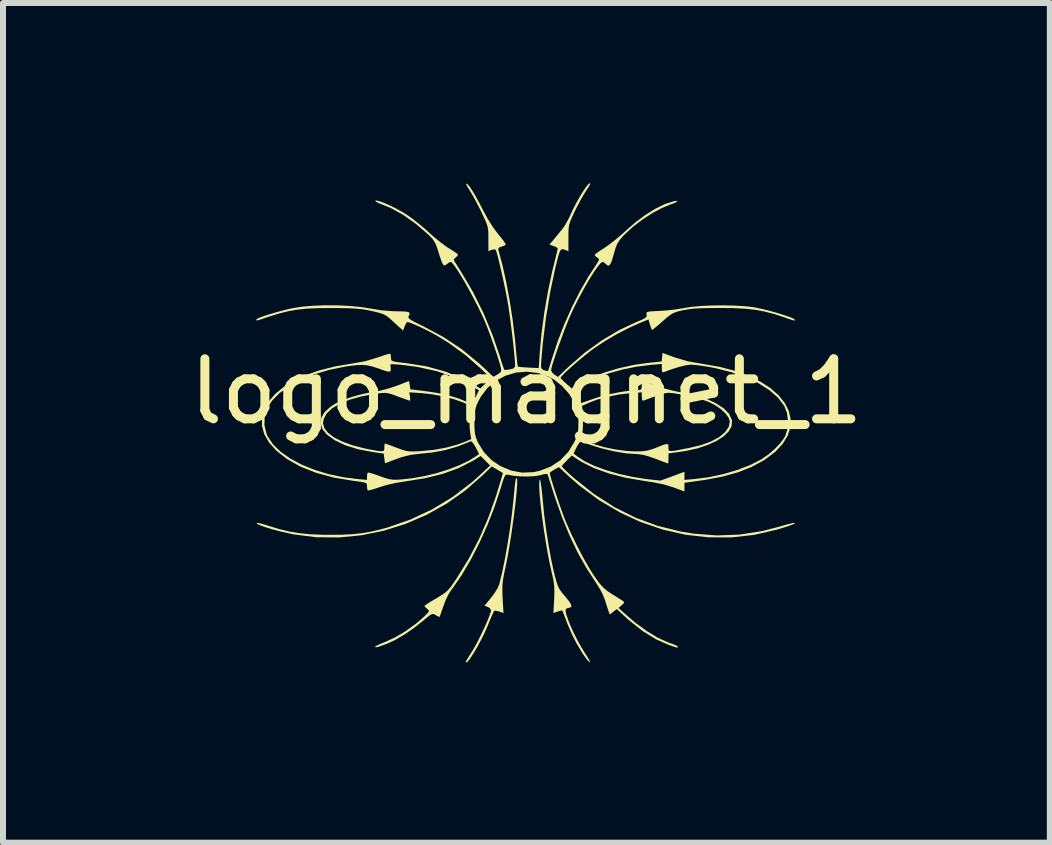
<source format=kicad_pcb>
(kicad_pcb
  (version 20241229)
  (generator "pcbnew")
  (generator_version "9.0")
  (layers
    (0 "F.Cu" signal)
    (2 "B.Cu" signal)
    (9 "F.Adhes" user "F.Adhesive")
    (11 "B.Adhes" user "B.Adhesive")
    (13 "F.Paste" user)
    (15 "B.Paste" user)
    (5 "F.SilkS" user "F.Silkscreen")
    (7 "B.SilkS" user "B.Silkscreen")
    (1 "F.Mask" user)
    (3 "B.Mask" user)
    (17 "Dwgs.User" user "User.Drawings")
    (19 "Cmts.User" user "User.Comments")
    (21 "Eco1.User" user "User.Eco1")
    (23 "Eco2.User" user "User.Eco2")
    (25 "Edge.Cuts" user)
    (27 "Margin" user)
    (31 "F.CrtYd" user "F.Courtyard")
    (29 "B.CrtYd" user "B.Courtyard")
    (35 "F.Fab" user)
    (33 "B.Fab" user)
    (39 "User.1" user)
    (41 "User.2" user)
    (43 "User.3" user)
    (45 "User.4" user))
  (footprint "logo_magnet_1"
    (layer "F.Cu")
    (at 5.72 3.973)
    (property "Reference" "logo_magnet_1" (at 0 -0.5 0) (unlocked yes) (layer "F.SilkS") (effects (font (size 1 1) (thickness 0.15))))
    (attr board_only exclude_from_pos_files exclude_from_bom)
    (fp_poly (pts (xy -0.158 0.945) (xy -0.153 0.976) (xy -0.154 1.045) (xy -0.161 1.145) (xy -0.173 1.271) (xy -0.189 1.416) (xy -0.209 1.575) (xy -0.232 1.741) (xy -0.256 1.908) (xy -0.282 2.071) (xy -0.308 2.222) (xy -0.334 2.357) (xy -0.345 2.408) (xy -0.372 2.537) (xy -0.39 2.637) (xy -0.399 2.723) (xy -0.401 2.807) (xy -0.398 2.905) (xy -0.396 2.948) (xy -0.382 3.19) (xy -0.453 3.165) (xy -0.505 3.152) (xy -0.535 3.151) (xy -0.536 3.152) (xy -0.549 3.177) (xy -0.575 3.233) (xy -0.609 3.314) (xy -0.645 3.401) (xy -0.69 3.505) (xy -0.742 3.612) (xy -0.798 3.717) (xy -0.853 3.814) (xy -0.905 3.899) (xy -0.95 3.964) (xy -0.985 4.005) (xy -1.006 4.016) (xy -1.011 4.002) (xy -1 3.98) (xy -0.97 3.93) (xy -0.926 3.861) (xy -0.906 3.83) (xy -0.861 3.754) (xy -0.809 3.658) (xy -0.755 3.549) (xy -0.702 3.438) (xy -0.655 3.332) (xy -0.618 3.241) (xy -0.595 3.174) (xy -0.589 3.144) (xy -0.608 3.111) (xy -0.644 3.089) (xy -0.699 3.068) (xy -0.588 2.934) (xy -0.53 2.857) (xy -0.482 2.778) (xy -0.454 2.715) (xy -0.453 2.712) (xy -0.406 2.519) (xy -0.359 2.294) (xy -0.315 2.045) (xy -0.274 1.785) (xy -0.24 1.524) (xy -0.213 1.273) (xy -0.21 1.244) (xy -0.198 1.117) (xy -0.189 1.029) (xy -0.181 0.974) (xy -0.173 0.947) (xy -0.164 0.941)) (stroke (width 0) (type solid)) (fill yes) (layer "F.SilkS"))
    (fp_poly (pts (xy 0.231 0.98) (xy 0.241 1.033) (xy 0.253 1.119) (xy 0.265 1.233) (xy 0.276 1.35) (xy 0.297 1.564) (xy 0.328 1.798) (xy 0.366 2.038) (xy 0.407 2.269) (xy 0.451 2.477) (xy 0.47 2.555) (xy 0.498 2.661) (xy 0.523 2.736) (xy 0.553 2.796) (xy 0.594 2.853) (xy 0.648 2.916) (xy 0.715 3) (xy 0.748 3.057) (xy 0.748 3.09) (xy 0.716 3.101) (xy 0.715 3.101) (xy 0.673 3.113) (xy 0.66 3.12) (xy 0.652 3.15) (xy 0.664 3.211) (xy 0.693 3.297) (xy 0.734 3.401) (xy 0.786 3.516) (xy 0.846 3.635) (xy 0.91 3.751) (xy 0.975 3.858) (xy 0.993 3.885) (xy 1.032 3.948) (xy 1.055 3.993) (xy 1.057 4.013) (xy 1.056 4.013) (xy 1.034 3.995) (xy 0.996 3.949) (xy 0.949 3.883) (xy 0.936 3.863) (xy 0.839 3.703) (xy 0.76 3.549) (xy 0.687 3.378) (xy 0.666 3.323) (xy 0.636 3.245) (xy 0.612 3.184) (xy 0.598 3.151) (xy 0.597 3.148) (xy 0.574 3.149) (xy 0.527 3.163) (xy 0.52 3.165) (xy 0.449 3.19) (xy 0.462 2.962) (xy 0.466 2.84) (xy 0.463 2.741) (xy 0.45 2.645) (xy 0.425 2.53) (xy 0.421 2.515) (xy 0.386 2.356) (xy 0.351 2.175) (xy 0.318 1.98) (xy 0.287 1.78) (xy 0.26 1.584) (xy 0.238 1.399) (xy 0.222 1.236) (xy 0.214 1.102) (xy 0.213 1.044) (xy 0.216 0.982) (xy 0.222 0.962)) (stroke (width 0) (type solid)) (fill yes) (layer "F.SilkS"))
    (fp_poly (pts (xy 1.064 -3.971) (xy 1.059 -3.948) (xy 1.032 -3.901) (xy 0.997 -3.848) (xy 0.954 -3.781) (xy 0.901 -3.688) (xy 0.845 -3.582) (xy 0.809 -3.511) (xy 0.762 -3.411) (xy 0.731 -3.338) (xy 0.712 -3.278) (xy 0.703 -3.216) (xy 0.7 -3.139) (xy 0.7 -3.061) (xy 0.7 -2.839) (xy 0.641 -2.861) (xy 0.611 -2.871) (xy 0.587 -2.871) (xy 0.568 -2.854) (xy 0.55 -2.816) (xy 0.529 -2.75) (xy 0.504 -2.651) (xy 0.479 -2.548) (xy 0.395 -2.15) (xy 0.325 -1.725) (xy 0.271 -1.285) (xy 0.248 -1.018) (xy 0.243 -0.941) (xy 0.246 -0.897) (xy 0.26 -0.873) (xy 0.288 -0.858) (xy 0.294 -0.856) (xy 0.338 -0.843) (xy 0.359 -0.843) (xy 0.368 -0.866) (xy 0.387 -0.923) (xy 0.412 -1.004) (xy 0.433 -1.071) (xy 0.524 -1.346) (xy 0.635 -1.63) (xy 0.76 -1.91) (xy 0.894 -2.175) (xy 1.031 -2.412) (xy 1.089 -2.501) (xy 1.141 -2.581) (xy 1.182 -2.646) (xy 1.206 -2.689) (xy 1.211 -2.7) (xy 1.194 -2.722) (xy 1.163 -2.746) (xy 1.143 -2.761) (xy 1.14 -2.776) (xy 1.159 -2.798) (xy 1.205 -2.832) (xy 1.283 -2.882) (xy 1.291 -2.887) (xy 1.386 -2.954) (xy 1.495 -3.039) (xy 1.6 -3.128) (xy 1.644 -3.169) (xy 1.811 -3.315) (xy 1.983 -3.443) (xy 2.153 -3.549) (xy 2.313 -3.626) (xy 2.456 -3.671) (xy 2.503 -3.677) (xy 2.514 -3.67) (xy 2.492 -3.653) (xy 2.441 -3.63) (xy 2.4 -3.616) (xy 2.256 -3.557) (xy 2.096 -3.471) (xy 1.933 -3.365) (xy 1.777 -3.246) (xy 1.64 -3.121) (xy 1.608 -3.089) (xy 1.555 -3.027) (xy 1.517 -2.968) (xy 1.487 -2.896) (xy 1.458 -2.797) (xy 1.455 -2.786) (xy 1.425 -2.684) (xy 1.399 -2.622) (xy 1.372 -2.596) (xy 1.344 -2.605) (xy 1.322 -2.626) (xy 1.286 -2.654) (xy 1.267 -2.66) (xy 1.238 -2.641) (xy 1.193 -2.587) (xy 1.135 -2.506) (xy 1.068 -2.402) (xy 0.996 -2.28) (xy 0.922 -2.148) (xy 0.849 -2.011) (xy 0.781 -1.874) (xy 0.745 -1.795) (xy 0.704 -1.701) (xy 0.658 -1.586) (xy 0.609 -1.458) (xy 0.561 -1.325) (xy 0.514 -1.195) (xy 0.474 -1.075) (xy 0.441 -0.974) (xy 0.419 -0.898) (xy 0.411 -0.856) (xy 0.411 -0.855) (xy 0.428 -0.818) (xy 0.468 -0.781) (xy 0.525 -0.744) (xy 0.72 -0.929) (xy 0.977 -1.151) (xy 1.256 -1.352) (xy 1.546 -1.524) (xy 1.836 -1.66) (xy 1.84 -1.661) (xy 1.925 -1.697) (xy 1.976 -1.723) (xy 2 -1.745) (xy 2.004 -1.768) (xy 2.002 -1.782) (xy 1.998 -1.805) (xy 2.005 -1.82) (xy 2.03 -1.83) (xy 2.081 -1.836) (xy 2.166 -1.841) (xy 2.217 -1.843) (xy 2.341 -1.852) (xy 2.476 -1.867) (xy 2.597 -1.886) (xy 2.633 -1.893) (xy 2.759 -1.912) (xy 2.917 -1.926) (xy 3.095 -1.934) (xy 3.282 -1.936) (xy 3.467 -1.932) (xy 3.637 -1.922) (xy 3.78 -1.906) (xy 3.833 -1.896) (xy 3.939 -1.873) (xy 4.054 -1.844) (xy 4.169 -1.812) (xy 4.277 -1.779) (xy 4.368 -1.748) (xy 4.434 -1.723) (xy 4.466 -1.704) (xy 4.467 -1.703) (xy 4.473 -1.687) (xy 4.461 -1.683) (xy 4.425 -1.692) (xy 4.358 -1.714) (xy 4.301 -1.735) (xy 4.135 -1.79) (xy 3.977 -1.831) (xy 3.816 -1.861) (xy 3.641 -1.88) (xy 3.442 -1.89) (xy 3.233 -1.892) (xy 3.055 -1.891) (xy 2.914 -1.888) (xy 2.801 -1.882) (xy 2.708 -1.872) (xy 2.627 -1.858) (xy 2.603 -1.853) (xy 2.518 -1.833) (xy 2.455 -1.81) (xy 2.399 -1.778) (xy 2.336 -1.73) (xy 2.268 -1.67) (xy 2.198 -1.608) (xy 2.141 -1.56) (xy 2.104 -1.531) (xy 2.095 -1.525) (xy 2.083 -1.544) (xy 2.065 -1.592) (xy 2.059 -1.613) (xy 2.033 -1.7) (xy 1.894 -1.644) (xy 1.707 -1.56) (xy 1.506 -1.456) (xy 1.31 -1.342) (xy 1.138 -1.228) (xy 1.058 -1.168) (xy 0.967 -1.096) (xy 0.873 -1.018) (xy 0.782 -0.94) (xy 0.7 -0.866) (xy 0.632 -0.803) (xy 0.587 -0.755) (xy 0.569 -0.73) (xy 0.569 -0.729) (xy 0.585 -0.707) (xy 0.626 -0.666) (xy 0.667 -0.629) (xy 0.763 -0.545) (xy 0.886 -0.624) (xy 1.074 -0.726) (xy 1.297 -0.816) (xy 1.544 -0.89) (xy 1.806 -0.947) (xy 2.015 -0.976) (xy 2.253 -1.001) (xy 2.26 -1.072) (xy 2.267 -1.144) (xy 2.467 -1.07) (xy 2.689 -1.004) (xy 2.933 -0.961) (xy 3.216 -0.912) (xy 3.471 -0.846) (xy 3.699 -0.763) (xy 3.897 -0.666) (xy 4.064 -0.558) (xy 4.2 -0.439) (xy 4.302 -0.312) (xy 4.37 -0.18) (xy 4.402 -0.043) (xy 4.397 0.096) (xy 4.353 0.234) (xy 4.27 0.371) (xy 4.146 0.504) (xy 3.979 0.63) (xy 3.959 0.643) (xy 3.755 0.754) (xy 3.527 0.845) (xy 3.267 0.917) (xy 2.972 0.973) (xy 2.906 0.982) (xy 2.633 1.02) (xy 2.633 1.165) (xy 2.45 1.097) (xy 2.295 1.049) (xy 2.104 1.01) (xy 1.956 0.988) (xy 1.653 0.936) (xy 1.376 0.865) (xy 1.129 0.777) (xy 0.918 0.672) (xy 0.841 0.623) (xy 0.757 0.566) (xy 0.673 0.648) (xy 0.626 0.697) (xy 0.595 0.734) (xy 0.589 0.746) (xy 0.605 0.766) (xy 0.648 0.809) (xy 0.711 0.869) (xy 0.79 0.939) (xy 0.794 0.943) (xy 1.123 1.205) (xy 1.463 1.424) (xy 1.817 1.601) (xy 2.185 1.737) (xy 2.57 1.832) (xy 2.784 1.867) (xy 3.171 1.897) (xy 3.551 1.883) (xy 3.926 1.825) (xy 4.206 1.753) (xy 4.305 1.724) (xy 4.389 1.702) (xy 4.447 1.689) (xy 4.472 1.687) (xy 4.473 1.687) (xy 4.467 1.7) (xy 4.429 1.718) (xy 4.356 1.744) (xy 4.245 1.779) (xy 4.167 1.802) (xy 3.794 1.888) (xy 3.415 1.93) (xy 3.034 1.929) (xy 2.652 1.886) (xy 2.273 1.8) (xy 1.899 1.672) (xy 1.567 1.519) (xy 1.212 1.311) (xy 0.881 1.065) (xy 0.726 0.93) (xy 0.542 0.76) (xy 0.465 0.801) (xy 0.417 0.831) (xy 0.39 0.854) (xy 0.389 0.858) (xy 0.396 0.894) (xy 0.415 0.964) (xy 0.444 1.058) (xy 0.48 1.17) (xy 0.52 1.29) (xy 0.561 1.41) (xy 0.601 1.522) (xy 0.636 1.617) (xy 0.656 1.666) (xy 0.744 1.865) (xy 0.844 2.071) (xy 0.949 2.271) (xy 1.053 2.453) (xy 1.139 2.588) (xy 1.209 2.685) (xy 1.271 2.756) (xy 1.336 2.814) (xy 1.418 2.87) (xy 1.422 2.872) (xy 1.499 2.92) (xy 1.564 2.961) (xy 1.606 2.987) (xy 1.611 2.991) (xy 1.629 3.01) (xy 1.616 3.034) (xy 1.59 3.058) (xy 1.535 3.104) (xy 1.623 3.186) (xy 1.808 3.346) (xy 1.996 3.484) (xy 2.179 3.596) (xy 2.35 3.675) (xy 2.406 3.695) (xy 2.47 3.718) (xy 2.512 3.739) (xy 2.522 3.75) (xy 2.521 3.762) (xy 2.512 3.766) (xy 2.485 3.76) (xy 2.432 3.742) (xy 2.377 3.723) (xy 2.161 3.629) (xy 1.938 3.491) (xy 1.712 3.313) (xy 1.639 3.247) (xy 1.506 3.124) (xy 1.447 3.169) (xy 1.389 3.215) (xy 1.368 3.159) (xy 1.35 3.106) (xy 1.326 3.031) (xy 1.309 2.974) (xy 1.275 2.888) (xy 1.222 2.785) (xy 1.158 2.684) (xy 1.155 2.679) (xy 0.999 2.439) (xy 0.855 2.184) (xy 0.722 1.907) (xy 0.596 1.602) (xy 0.475 1.264) (xy 0.356 0.888) (xy 0.355 0.884) (xy 0.337 0.872) (xy 0.29 0.877) (xy 0.232 0.893) (xy 0.141 0.909) (xy 0.023 0.916) (xy -0.104 0.913) (xy -0.226 0.902) (xy -0.301 0.887) (xy -0.325 0.883) (xy -0.344 0.889) (xy -0.362 0.912) (xy -0.381 0.959) (xy -0.406 1.037) (xy -0.433 1.125) (xy -0.534 1.43) (xy -0.653 1.734) (xy -0.787 2.029) (xy -0.93 2.307) (xy -1.079 2.559) (xy -1.23 2.778) (xy -1.26 2.817) (xy -1.299 2.879) (xy -1.341 2.966) (xy -1.378 3.061) (xy -1.382 3.072) (xy -1.41 3.153) (xy -1.432 3.216) (xy -1.445 3.251) (xy -1.447 3.254) (xy -1.468 3.249) (xy -1.51 3.226) (xy -1.511 3.225) (xy -1.539 3.209) (xy -1.564 3.205) (xy -1.595 3.217) (xy -1.64 3.251) (xy -1.709 3.308) (xy -1.717 3.315) (xy -1.874 3.439) (xy -2.033 3.549) (xy -2.186 3.638) (xy -2.296 3.69) (xy -2.4 3.73) (xy -2.469 3.754) (xy -2.507 3.762) (xy -2.522 3.756) (xy -2.522 3.753) (xy -2.503 3.737) (xy -2.451 3.712) (xy -2.378 3.681) (xy -2.357 3.673) (xy -2.188 3.596) (xy -2.009 3.489) (xy -1.836 3.364) (xy -1.736 3.278) (xy -1.672 3.218) (xy -1.636 3.181) (xy -1.625 3.157) (xy -1.633 3.138) (xy -1.653 3.121) (xy -1.688 3.089) (xy -1.7 3.072) (xy -1.682 3.057) (xy -1.634 3.025) (xy -1.563 2.981) (xy -1.503 2.946) (xy -1.42 2.896) (xy -1.358 2.854) (xy -1.309 2.811) (xy -1.263 2.758) (xy -1.211 2.685) (xy -1.15 2.593) (xy -0.955 2.275) (xy -0.786 1.949) (xy -0.637 1.606) (xy -0.505 1.237) (xy -0.425 0.973) (xy -0.392 0.857) (xy -0.578 0.747) (xy -0.722 0.889) (xy -1.014 1.145) (xy -1.33 1.368) (xy -1.665 1.555) (xy -2.017 1.706) (xy -2.38 1.82) (xy -2.752 1.895) (xy -3.127 1.931) (xy -3.503 1.927) (xy -3.876 1.88) (xy -4.087 1.834) (xy -4.225 1.797) (xy -4.34 1.763) (xy -4.427 1.732) (xy -4.481 1.707) (xy -4.497 1.69) (xy -4.495 1.688) (xy -4.47 1.689) (xy -4.414 1.702) (xy -4.337 1.724) (xy -4.31 1.733) (xy -4.122 1.79) (xy -3.949 1.832) (xy -3.778 1.86) (xy -3.597 1.878) (xy -3.391 1.886) (xy -3.278 1.887) (xy -3.071 1.885) (xy -2.895 1.876) (xy -2.737 1.859) (xy -2.585 1.833) (xy -2.425 1.795) (xy -2.311 1.764) (xy -1.931 1.632) (xy -1.567 1.461) (xy -1.223 1.252) (xy -0.905 1.008) (xy -0.783 0.899) (xy -0.605 0.732) (xy -0.684 0.653) (xy -0.762 0.574) (xy -0.901 0.659) (xy -1.13 0.776) (xy -1.393 0.871) (xy -1.693 0.945) (xy -2.011 0.996) (xy -2.173 1.022) (xy -2.329 1.057) (xy -2.45 1.094) (xy -2.533 1.122) (xy -2.599 1.141) (xy -2.638 1.149) (xy -2.644 1.148) (xy -2.653 1.119) (xy -2.656 1.076) (xy -2.657 1.048) (xy -2.667 1.029) (xy -2.694 1.016) (xy -2.746 1.006) (xy -2.831 0.994) (xy -2.872 0.989) (xy -3.203 0.935) (xy -3.499 0.855) (xy -3.762 0.752) (xy -3.988 0.625) (xy -4.165 0.486) (xy -4.287 0.35) (xy -4.367 0.211) (xy -4.406 0.071) (xy -4.406 0.056) (xy -4.365 0.056) (xy -4.33 0.204) (xy -4.309 0.25) (xy -4.222 0.379) (xy -4.096 0.502) (xy -3.935 0.615) (xy -3.745 0.717) (xy -3.53 0.804) (xy -3.296 0.876) (xy -3.047 0.928) (xy -2.827 0.956) (xy -2.656 0.972) (xy -2.656 0.917) (xy -2.651 0.87) (xy -2.644 0.85) (xy -2.619 0.852) (xy -2.563 0.867) (xy -2.485 0.893) (xy -2.445 0.908) (xy -2.363 0.938) (xy -2.296 0.957) (xy -2.231 0.968) (xy -2.159 0.969) (xy -2.07 0.963) (xy -1.951 0.95) (xy -1.889 0.942) (xy -1.695 0.908) (xy -1.494 0.859) (xy -1.297 0.797) (xy -1.115 0.727) (xy -0.958 0.651) (xy -0.856 0.588) (xy -0.789 0.541) (xy -0.846 0.429) (xy -0.883 0.366) (xy -0.915 0.332) (xy -0.929 0.329) (xy -1.144 0.415) (xy -1.349 0.475) (xy -1.563 0.515) (xy -1.77 0.536) (xy -1.932 0.556) (xy -2.082 0.594) (xy -2.164 0.623) (xy -2.356 0.695) (xy -2.367 0.614) (xy -2.378 0.534) (xy -2.558 0.508) (xy -2.802 0.462) (xy -3.013 0.397) (xy -3.189 0.314) (xy -3.323 0.218) (xy -3.398 0.127) (xy -3.429 0.034) (xy -3.429 0.029) (xy -3.389 0.029) (xy -3.367 0.11) (xy -3.304 0.189) (xy -3.204 0.264) (xy -3.068 0.333) (xy -2.902 0.394) (xy -2.707 0.445) (xy -2.601 0.466) (xy -2.498 0.485) (xy -2.43 0.494) (xy -2.391 0.493) (xy -2.373 0.48) (xy -2.367 0.455) (xy -2.367 0.432) (xy -2.364 0.385) (xy -2.358 0.365) (xy -2.357 0.365) (xy -2.334 0.373) (xy -2.279 0.392) (xy -2.203 0.421) (xy -2.165 0.435) (xy -2.081 0.466) (xy -2.016 0.486) (xy -1.955 0.496) (xy -1.883 0.498) (xy -1.787 0.494) (xy -1.747 0.491) (xy -1.543 0.471) (xy -1.34 0.435) (xy -1.155 0.385) (xy -1.03 0.34) (xy -0.919 0.292) (xy -0.935 0.201) (xy -0.946 0.096) (xy -0.948 0.009) (xy -0.867 0.009) (xy -0.865 0.117) (xy -0.858 0.195) (xy -0.843 0.26) (xy -0.818 0.325) (xy -0.808 0.347) (xy -0.708 0.51) (xy -0.575 0.647) (xy -0.436 0.74) (xy -0.253 0.817) (xy -0.072 0.851) (xy 0.115 0.843) (xy 0.22 0.821) (xy 0.404 0.751) (xy 0.566 0.644) (xy 0.673 0.531) (xy 0.785 0.531) (xy 0.848 0.581) (xy 0.97 0.661) (xy 1.129 0.737) (xy 1.317 0.806) (xy 1.526 0.868) (xy 1.75 0.918) (xy 1.98 0.956) (xy 2.133 0.973) (xy 2.19 0.978) (xy 2.222 0.983) (xy 2.225 0.984) (xy 2.245 0.979) (xy 2.298 0.96) (xy 2.375 0.933) (xy 2.43 0.912) (xy 2.633 0.837) (xy 2.633 0.972) (xy 2.806 0.957) (xy 3.043 0.926) (xy 3.285 0.874) (xy 3.519 0.805) (xy 3.733 0.722) (xy 3.913 0.63) (xy 4.024 0.554) (xy 4.132 0.462) (xy 4.226 0.364) (xy 4.295 0.271) (xy 4.312 0.241) (xy 4.349 0.125) (xy 4.358 -0.008) (xy 4.341 -0.141) (xy 4.298 -0.255) (xy 4.295 -0.261) (xy 4.191 -0.398) (xy 4.046 -0.524) (xy 3.865 -0.639) (xy 3.651 -0.74) (xy 3.408 -0.824) (xy 3.138 -0.892) (xy 3.025 -0.913) (xy 2.923 -0.929) (xy 2.826 -0.941) (xy 2.75 -0.947) (xy 2.734 -0.947) (xy 2.66 -0.938) (xy 2.557 -0.914) (xy 2.438 -0.878) (xy 2.314 -0.832) (xy 2.294 -0.825) (xy 2.268 -0.821) (xy 2.257 -0.846) (xy 2.256 -0.884) (xy 2.256 -0.96) (xy 2.063 -0.943) (xy 1.833 -0.914) (xy 1.603 -0.867) (xy 1.382 -0.806) (xy 1.177 -0.733) (xy 0.999 -0.651) (xy 0.854 -0.563) (xy 0.837 -0.55) (xy 0.785 -0.511) (xy 0.837 -0.405) (xy 0.875 -0.338) (xy 0.907 -0.311) (xy 0.922 -0.311) (xy 0.957 -0.324) (xy 1.023 -0.346) (xy 1.107 -0.376) (xy 1.149 -0.391) (xy 1.267 -0.426) (xy 1.406 -0.46) (xy 1.553 -0.49) (xy 1.693 -0.511) (xy 1.811 -0.523) (xy 1.85 -0.524) (xy 1.898 -0.528) (xy 1.918 -0.549) (xy 1.922 -0.6) (xy 1.922 -0.602) (xy 1.924 -0.654) (xy 1.93 -0.679) (xy 1.931 -0.68) (xy 1.954 -0.673) (xy 2.009 -0.653) (xy 2.087 -0.623) (xy 2.138 -0.604) (xy 2.259 -0.563) (xy 2.397 -0.525) (xy 2.526 -0.496) (xy 2.546 -0.493) (xy 2.723 -0.46) (xy 2.87 -0.423) (xy 3 -0.378) (xy 3.127 -0.32) (xy 3.152 -0.307) (xy 3.283 -0.224) (xy 3.372 -0.134) (xy 3.42 -0.036) (xy 3.425 -0.009) (xy 3.418 0.079) (xy 3.369 0.165) (xy 3.285 0.247) (xy 3.167 0.323) (xy 3.021 0.39) (xy 2.85 0.447) (xy 2.657 0.489) (xy 2.569 0.503) (xy 2.367 0.531) (xy 2.367 0.615) (xy 2.365 0.669) (xy 2.361 0.697) (xy 2.359 0.699) (xy 2.337 0.691) (xy 2.283 0.671) (xy 2.206 0.641) (xy 2.154 0.621) (xy 2.037 0.58) (xy 1.934 0.553) (xy 1.859 0.543) (xy 1.67 0.531) (xy 1.458 0.496) (xy 1.234 0.442) (xy 1.012 0.371) (xy 0.922 0.336) (xy 0.893 0.342) (xy 0.86 0.385) (xy 0.837 0.427) (xy 0.785 0.531) (xy 0.673 0.531) (xy 0.699 0.503) (xy 0.797 0.343) (xy 0.833 0.263) (xy 0.835 0.256) (xy 0.914 0.256) (xy 0.926 0.284) (xy 0.97 0.312) (xy 1.113 0.372) (xy 1.287 0.424) (xy 1.476 0.464) (xy 1.668 0.489) (xy 1.813 0.497) (xy 1.927 0.495) (xy 2.015 0.483) (xy 2.096 0.46) (xy 2.135 0.446) (xy 2.235 0.406) (xy 2.301 0.382) (xy 2.341 0.374) (xy 2.36 0.381) (xy 2.366 0.403) (xy 2.367 0.431) (xy 2.367 0.459) (xy 2.37 0.479) (xy 2.385 0.489) (xy 2.416 0.491) (xy 2.47 0.485) (xy 2.553 0.47) (xy 2.672 0.447) (xy 2.709 0.44) (xy 2.907 0.393) (xy 3.075 0.332) (xy 3.21 0.26) (xy 3.309 0.178) (xy 3.37 0.089) (xy 3.389 -0.000305) (xy 3.369 -0.064) (xy 3.316 -0.136) (xy 3.236 -0.21) (xy 3.137 -0.277) (xy 3.028 -0.331) (xy 3.028 -0.331) (xy 2.935 -0.363) (xy 2.818 -0.396) (xy 2.69 -0.427) (xy 2.565 -0.453) (xy 2.455 -0.472) (xy 2.372 -0.479) (xy 2.363 -0.479) (xy 2.307 -0.471) (xy 2.226 -0.449) (xy 2.136 -0.418) (xy 2.122 -0.413) (xy 2.042 -0.382) (xy 1.979 -0.359) (xy 1.943 -0.347) (xy 1.939 -0.347) (xy 1.927 -0.366) (xy 1.922 -0.413) (xy 1.922 -0.417) (xy 1.922 -0.487) (xy 1.728 -0.472) (xy 1.539 -0.45) (xy 1.349 -0.412) (xy 1.172 -0.363) (xy 1.05 -0.317) (xy 0.928 -0.262) (xy 0.939 -0.062) (xy 0.942 0.048) (xy 0.938 0.141) (xy 0.928 0.203) (xy 0.926 0.207) (xy 0.914 0.256) (xy 0.835 0.256) (xy 0.854 0.194) (xy 0.864 0.12) (xy 0.866 0.022) (xy 0.866 0.009) (xy 0.865 -0.092) (xy 0.856 -0.166) (xy 0.838 -0.231) (xy 0.805 -0.306) (xy 0.794 -0.329) (xy 0.706 -0.468) (xy 0.591 -0.595) (xy 0.46 -0.699) (xy 0.379 -0.744) (xy 0.196 -0.808) (xy 0.009 -0.831) (xy -0.174 -0.816) (xy -0.349 -0.764) (xy -0.509 -0.678) (xy -0.649 -0.559) (xy -0.762 -0.41) (xy -0.794 -0.35) (xy -0.829 -0.275) (xy -0.85 -0.214) (xy -0.862 -0.15) (xy -0.866 -0.068) (xy -0.867 0.009) (xy -0.948 0.009) (xy -0.948 -0.022) (xy -0.942 -0.131) (xy -0.933 -0.191) (xy -0.928 -0.23) (xy -0.938 -0.256) (xy -0.972 -0.28) (xy -1.037 -0.311) (xy -1.194 -0.368) (xy -1.377 -0.418) (xy -1.571 -0.454) (xy -1.742 -0.473) (xy -1.951 -0.487) (xy -1.94 -0.417) (xy -1.936 -0.369) (xy -1.941 -0.347) (xy -1.942 -0.347) (xy -1.966 -0.354) (xy -2.022 -0.374) (xy -2.1 -0.402) (xy -2.141 -0.417) (xy -2.231 -0.451) (xy -2.295 -0.47) (xy -2.351 -0.477) (xy -2.414 -0.475) (xy -2.5 -0.464) (xy -2.52 -0.461) (xy -2.748 -0.419) (xy -2.945 -0.364) (xy -3.109 -0.297) (xy -3.238 -0.22) (xy -3.328 -0.134) (xy -3.379 -0.04) (xy -3.389 0.029) (xy -3.429 0.029) (xy -3.418 -0.06) (xy -3.365 -0.153) (xy -3.27 -0.242) (xy -3.182 -0.3) (xy -3.073 -0.351) (xy -2.933 -0.402) (xy -2.776 -0.448) (xy -2.616 -0.484) (xy -2.518 -0.5) (xy -2.418 -0.519) (xy -2.299 -0.551) (xy -2.183 -0.588) (xy -2.154 -0.599) (xy -1.956 -0.675) (xy -1.944 -0.606) (xy -1.933 -0.537) (xy -1.705 -0.51) (xy -1.497 -0.479) (xy -1.307 -0.438) (xy -1.143 -0.39) (xy -1.018 -0.339) (xy -0.908 -0.283) (xy -0.791 -0.521) (xy -0.94 -0.608) (xy -1.198 -0.738) (xy -1.485 -0.837) (xy -1.804 -0.908) (xy -1.996 -0.935) (xy -2.097 -0.946) (xy -2.181 -0.953) (xy -2.239 -0.956) (xy -2.26 -0.955) (xy -2.267 -0.929) (xy -2.263 -0.913) (xy -2.259 -0.863) (xy -2.263 -0.847) (xy -2.276 -0.833) (xy -2.303 -0.832) (xy -2.354 -0.845) (xy -2.435 -0.873) (xy -2.456 -0.881) (xy -2.56 -0.915) (xy -2.65 -0.936) (xy -2.739 -0.944) (xy -2.842 -0.939) (xy -2.97 -0.923) (xy -3.023 -0.914) (xy -3.289 -0.86) (xy -3.535 -0.786) (xy -3.758 -0.696) (xy -3.951 -0.591) (xy -4.113 -0.474) (xy -4.238 -0.347) (xy -4.313 -0.232) (xy -4.36 -0.092) (xy -4.365 0.056) (xy -4.406 0.056) (xy -4.406 -0.068) (xy -4.368 -0.204) (xy -4.293 -0.335) (xy -4.185 -0.46) (xy -4.043 -0.577) (xy -3.871 -0.683) (xy -3.668 -0.777) (xy -3.438 -0.856) (xy -3.181 -0.92) (xy -2.936 -0.961) (xy -2.683 -1.006) (xy -2.473 -1.069) (xy -2.388 -1.099) (xy -2.319 -1.121) (xy -2.276 -1.13) (xy -2.268 -1.13) (xy -2.259 -1.101) (xy -2.256 -1.059) (xy -2.254 -1.034) (xy -2.245 -1.016) (xy -2.22 -1.004) (xy -2.172 -0.994) (xy -2.093 -0.984) (xy -2.006 -0.974) (xy -1.661 -0.919) (xy -1.342 -0.83) (xy -1.051 -0.709) (xy -0.94 -0.65) (xy -0.768 -0.552) (xy -0.68 -0.636) (xy -0.592 -0.72) (xy -0.763 -0.886) (xy -1.015 -1.107) (xy -1.295 -1.31) (xy -1.493 -1.432) (xy -1.591 -1.486) (xy -1.696 -1.539) (xy -1.796 -1.587) (xy -1.884 -1.625) (xy -1.95 -1.651) (xy -1.983 -1.659) (xy -2.002 -1.64) (xy -2.025 -1.595) (xy -2.028 -1.588) (xy -2.055 -1.517) (xy -2.128 -1.582) (xy -2.191 -1.64) (xy -2.262 -1.704) (xy -2.28 -1.721) (xy -2.326 -1.758) (xy -2.379 -1.787) (xy -2.45 -1.811) (xy -2.551 -1.836) (xy -2.58 -1.842) (xy -2.667 -1.86) (xy -2.751 -1.873) (xy -2.841 -1.881) (xy -2.948 -1.887) (xy -3.08 -1.89) (xy -3.246 -1.891) (xy -3.256 -1.891) (xy -3.472 -1.889) (xy -3.655 -1.881) (xy -3.817 -1.864) (xy -3.968 -1.838) (xy -4.12 -1.8) (xy -4.284 -1.75) (xy -4.324 -1.736) (xy -4.41 -1.707) (xy -4.462 -1.69) (xy -4.489 -1.684) (xy -4.499 -1.687) (xy -4.5 -1.697) (xy -4.5 -1.7) (xy -4.48 -1.716) (xy -4.424 -1.74) (xy -4.34 -1.769) (xy -4.236 -1.801) (xy -4.12 -1.834) (xy -3.999 -1.866) (xy -3.902 -1.888) (xy -3.747 -1.913) (xy -3.562 -1.929) (xy -3.357 -1.937) (xy -3.145 -1.936) (xy -2.938 -1.926) (xy -2.75 -1.907) (xy -2.611 -1.885) (xy -2.413 -1.853) (xy -2.217 -1.838) (xy -2.161 -1.837) (xy -2.054 -1.835) (xy -1.986 -1.829) (xy -1.951 -1.815) (xy -1.945 -1.792) (xy -1.961 -1.757) (xy -1.966 -1.749) (xy -1.967 -1.731) (xy -1.947 -1.709) (xy -1.9 -1.679) (xy -1.822 -1.638) (xy -1.721 -1.589) (xy -1.386 -1.41) (xy -1.081 -1.208) (xy -0.793 -0.973) (xy -0.665 -0.854) (xy -0.552 -0.745) (xy -0.481 -0.785) (xy -0.435 -0.817) (xy -0.42 -0.85) (xy -0.425 -0.891) (xy -0.443 -0.962) (xy -0.474 -1.063) (xy -0.514 -1.184) (xy -0.559 -1.315) (xy -0.606 -1.445) (xy -0.65 -1.563) (xy -0.689 -1.66) (xy -0.69 -1.663) (xy -0.745 -1.785) (xy -0.81 -1.918) (xy -0.88 -2.055) (xy -0.954 -2.191) (xy -1.026 -2.321) (xy -1.095 -2.437) (xy -1.157 -2.534) (xy -1.208 -2.608) (xy -1.246 -2.651) (xy -1.262 -2.66) (xy -1.295 -2.646) (xy -1.327 -2.622) (xy -1.353 -2.603) (xy -1.375 -2.602) (xy -1.396 -2.627) (xy -1.419 -2.681) (xy -1.449 -2.77) (xy -1.463 -2.817) (xy -1.495 -2.915) (xy -1.525 -2.984) (xy -1.562 -3.039) (xy -1.614 -3.095) (xy -1.638 -3.118) (xy -1.845 -3.296) (xy -2.053 -3.443) (xy -2.255 -3.555) (xy -2.378 -3.606) (xy -2.455 -3.636) (xy -2.504 -3.661) (xy -2.52 -3.678) (xy -2.503 -3.683) (xy -2.45 -3.672) (xy -2.37 -3.642) (xy -2.272 -3.599) (xy -2.165 -3.546) (xy -2.061 -3.488) (xy -1.994 -3.447) (xy -1.896 -3.378) (xy -1.785 -3.29) (xy -1.677 -3.199) (xy -1.628 -3.154) (xy -1.533 -3.069) (xy -1.429 -2.985) (xy -1.331 -2.912) (xy -1.282 -2.881) (xy -1.205 -2.833) (xy -1.16 -2.801) (xy -1.142 -2.78) (xy -1.146 -2.763) (xy -1.166 -2.745) (xy -1.2 -2.713) (xy -1.211 -2.696) (xy -1.2 -2.673) (xy -1.169 -2.622) (xy -1.124 -2.551) (xy -1.091 -2.499) (xy -0.899 -2.175) (xy -0.722 -1.822) (xy -0.568 -1.452) (xy -0.448 -1.103) (xy -0.419 -1.008) (xy -0.393 -0.93) (xy -0.375 -0.878) (xy -0.367 -0.862) (xy -0.34 -0.86) (xy -0.287 -0.867) (xy -0.272 -0.87) (xy -0.216 -0.885) (xy -0.193 -0.91) (xy -0.189 -0.939) (xy -0.192 -1) (xy -0.2 -1.096) (xy -0.212 -1.218) (xy -0.227 -1.358) (xy -0.245 -1.506) (xy -0.263 -1.654) (xy -0.282 -1.792) (xy -0.299 -1.912) (xy -0.303 -1.936) (xy -0.321 -2.038) (xy -0.344 -2.158) (xy -0.371 -2.29) (xy -0.4 -2.424) (xy -0.43 -2.554) (xy -0.457 -2.67) (xy -0.482 -2.766) (xy -0.501 -2.833) (xy -0.512 -2.862) (xy -0.539 -2.869) (xy -0.579 -2.86) (xy -0.633 -2.839) (xy -0.634 -3.044) (xy -0.634 -3.131) (xy -0.638 -3.197) (xy -0.649 -3.254) (xy -0.67 -3.316) (xy -0.704 -3.392) (xy -0.753 -3.497) (xy -0.754 -3.499) (xy -0.808 -3.606) (xy -0.863 -3.71) (xy -0.912 -3.797) (xy -0.945 -3.851) (xy -0.982 -3.908) (xy -1.002 -3.95) (xy -1.004 -3.964) (xy -0.983 -3.957) (xy -0.947 -3.914) (xy -0.899 -3.843) (xy -0.843 -3.749) (xy -0.782 -3.637) (xy -0.73 -3.535) (xy -0.645 -3.377) (xy -0.553 -3.233) (xy -0.476 -3.13) (xy -0.418 -3.059) (xy -0.373 -3) (xy -0.348 -2.961) (xy -0.344 -2.952) (xy -0.364 -2.932) (xy -0.41 -2.916) (xy -0.412 -2.915) (xy -0.46 -2.897) (xy -0.47 -2.869) (xy -0.468 -2.863) (xy -0.401 -2.613) (xy -0.337 -2.328) (xy -0.28 -2.021) (xy -0.23 -1.701) (xy -0.191 -1.378) (xy -0.17 -1.152) (xy -0.161 -1.057) (xy -0.153 -0.979) (xy -0.146 -0.929) (xy -0.142 -0.916) (xy -0.117 -0.911) (xy -0.06 -0.905) (xy 0.02 -0.9) (xy 0.036 -0.899) (xy 0.205 -0.891) (xy 0.22 -1.121) (xy 0.25 -1.458) (xy 0.298 -1.816) (xy 0.36 -2.175) (xy 0.433 -2.518) (xy 0.455 -2.604) (xy 0.48 -2.707) (xy 0.502 -2.794) (xy 0.516 -2.857) (xy 0.522 -2.885) (xy 0.522 -2.885) (xy 0.504 -2.902) (xy 0.458 -2.922) (xy 0.453 -2.924) (xy 0.384 -2.948) (xy 0.448 -3.024) (xy 0.5 -3.088) (xy 0.562 -3.163) (xy 0.591 -3.197) (xy 0.643 -3.271) (xy 0.696 -3.365) (xy 0.73 -3.435) (xy 0.777 -3.537) (xy 0.831 -3.643) (xy 0.888 -3.744) (xy 0.943 -3.834) (xy 0.993 -3.907) (xy 1.033 -3.956) (xy 1.06 -3.973)) (stroke (width 0) (type solid)) (fill yes) (layer "F.SilkS")))
  (gr_rect
    (start -3 -3)
    (end 14.44 10.989)
    (stroke (width 0.1) (type default))
    (fill no)
    (layer "Edge.Cuts")))
</source>
